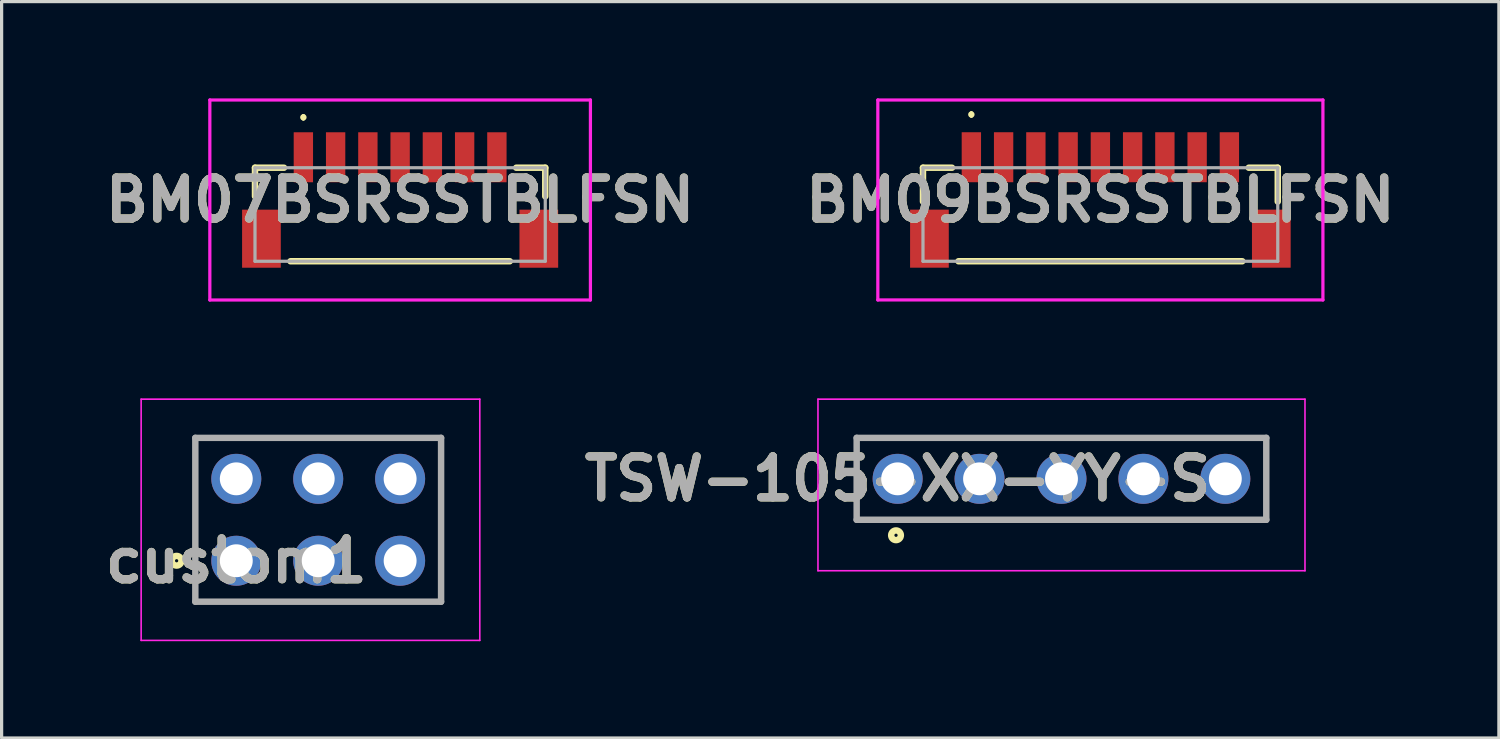
<source format=kicad_pcb>
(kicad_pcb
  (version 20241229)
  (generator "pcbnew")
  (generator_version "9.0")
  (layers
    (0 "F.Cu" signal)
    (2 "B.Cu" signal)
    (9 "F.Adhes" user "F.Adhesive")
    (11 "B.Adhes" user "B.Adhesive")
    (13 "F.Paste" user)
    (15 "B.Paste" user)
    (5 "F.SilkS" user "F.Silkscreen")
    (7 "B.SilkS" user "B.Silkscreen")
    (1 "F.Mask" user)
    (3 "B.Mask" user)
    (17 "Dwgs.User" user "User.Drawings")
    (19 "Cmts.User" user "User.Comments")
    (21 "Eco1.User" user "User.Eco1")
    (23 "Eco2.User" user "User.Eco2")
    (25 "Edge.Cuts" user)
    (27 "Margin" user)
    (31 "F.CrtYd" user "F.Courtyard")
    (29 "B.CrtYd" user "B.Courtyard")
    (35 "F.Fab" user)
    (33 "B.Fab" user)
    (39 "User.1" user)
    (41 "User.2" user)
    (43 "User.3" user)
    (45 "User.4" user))
  (footprint "TSW-105-XX-YY-S"
    (layer "F.Cu")
    (at 24.781 11.796)
    (property "Reference" "TSW-105-XX-YY-S" (at 0 0 0) (layer "F.SilkS") (effects (font (size 1.27 1.27) (thickness 0.254))))
    (attr through_hole)
    (fp_line (start -1.27 -1.27) (end 11.43 -1.27) (stroke (width 0.1) (type solid)) (layer "F.SilkS"))
    (fp_line (start -1.27 1.27) (end -1.27 -1.27) (stroke (width 0.1) (type solid)) (layer "F.SilkS"))
    (fp_line (start 11.43 -1.27) (end 11.43 1.27) (stroke (width 0.1) (type solid)) (layer "F.SilkS"))
    (fp_line (start 11.43 1.27) (end -1.27 1.27) (stroke (width 0.1) (type solid)) (layer "F.SilkS"))
    (fp_circle (center -0.05 1.75) (end -0.05 1.8) (stroke (width 0.2) (type solid)) (fill no) (layer "F.SilkS"))
    (fp_line (start -2.47 -2.47) (end 12.63 -2.47) (stroke (width 0.05) (type solid)) (layer "F.CrtYd"))
    (fp_line (start -2.47 2.85) (end -2.47 -2.47) (stroke (width 0.05) (type solid)) (layer "F.CrtYd"))
    (fp_line (start 12.63 -2.47) (end 12.63 2.85) (stroke (width 0.05) (type solid)) (layer "F.CrtYd"))
    (fp_line (start 12.63 2.85) (end -2.47 2.85) (stroke (width 0.05) (type solid)) (layer "F.CrtYd"))
    (fp_line (start -1.27 -1.27) (end 11.43 -1.27) (stroke (width 0.2) (type solid)) (layer "F.Fab"))
    (fp_line (start -1.27 1.27) (end -1.27 -1.27) (stroke (width 0.2) (type solid)) (layer "F.Fab"))
    (fp_line (start 11.43 -1.27) (end 11.43 1.27) (stroke (width 0.2) (type solid)) (layer "F.Fab"))
    (fp_line (start 11.43 1.27) (end -1.27 1.27) (stroke (width 0.2) (type solid)) (layer "F.Fab"))
    (fp_text user "${REFERENCE}" (at 0 0 0) (layer "F.Fab") (effects (font (size 1.27 1.27) (thickness 0.254))))
    (pad "1" thru_hole circle (at 0 0) (size 1.55 1.55) (drill 1.02) (layers "*.Cu" "*.Mask"))
    (pad "2" thru_hole circle (at 2.54 0) (size 1.55 1.55) (drill 1.02) (layers "*.Cu" "*.Mask"))
    (pad "3" thru_hole circle (at 5.08 0) (size 1.55 1.55) (drill 1.02) (layers "*.Cu" "*.Mask"))
    (pad "4" thru_hole circle (at 7.62 0) (size 1.55 1.55) (drill 1.02) (layers "*.Cu" "*.Mask"))
    (pad "5" thru_hole circle (at 10.16 0) (size 1.55 1.55) (drill 1.02) (layers "*.Cu" "*.Mask")))
  (footprint "BM09BSRSSTBLFSN"
    (layer "F.Cu")
    (at 31.067 3.6)
    (property "Reference" "BM09BSRSSTBLFSN" (at 0 -0.45 0) (layer "F.SilkS") (effects (font (size 1.27 1.27) (thickness 0.254))))
    (attr smd)
    (fp_line (start -5.5 -1.45) (end -5.5 -0.4) (stroke (width 0.2) (type solid)) (layer "F.SilkS"))
    (fp_line (start -4.6 -1.45) (end -5.5 -1.45) (stroke (width 0.2) (type solid)) (layer "F.SilkS"))
    (fp_line (start -4.4 1.45) (end 4.4 1.45) (stroke (width 0.2) (type solid)) (layer "F.SilkS"))
    (fp_line (start -4 -3.15) (end -4 -3.15) (stroke (width 0.1) (type solid)) (layer "F.SilkS"))
    (fp_line (start -4 -3.05) (end -4 -3.05) (stroke (width 0.1) (type solid)) (layer "F.SilkS"))
    (fp_line (start 4.6 -1.45) (end 5.5 -1.45) (stroke (width 0.2) (type solid)) (layer "F.SilkS"))
    (fp_line (start 5.5 -1.45) (end 5.5 -0.4) (stroke (width 0.2) (type solid)) (layer "F.SilkS"))
    (fp_arc (start -4 -3.15) (mid -3.95 -3.1) (end -4 -3.05) (stroke (width 0.1) (type solid)) (layer "F.SilkS"))
    (fp_arc (start -4 -3.05) (mid -4.05 -3.1) (end -4 -3.15) (stroke (width 0.1) (type solid)) (layer "F.SilkS"))
    (fp_line (start -6.9 -3.55) (end 6.9 -3.55) (stroke (width 0.1) (type solid)) (layer "F.CrtYd"))
    (fp_line (start -6.9 2.65) (end -6.9 -3.55) (stroke (width 0.1) (type solid)) (layer "F.CrtYd"))
    (fp_line (start 6.9 -3.55) (end 6.9 2.65) (stroke (width 0.1) (type solid)) (layer "F.CrtYd"))
    (fp_line (start 6.9 2.65) (end -6.9 2.65) (stroke (width 0.1) (type solid)) (layer "F.CrtYd"))
    (fp_line (start -5.5 -1.45) (end -5.5 1.45) (stroke (width 0.1) (type solid)) (layer "F.Fab"))
    (fp_line (start -5.5 1.45) (end 5.5 1.45) (stroke (width 0.1) (type solid)) (layer "F.Fab"))
    (fp_line (start 5.5 -1.45) (end -5.5 -1.45) (stroke (width 0.1) (type solid)) (layer "F.Fab"))
    (fp_line (start 5.5 1.45) (end 5.5 -1.45) (stroke (width 0.1) (type solid)) (layer "F.Fab"))
    (fp_text user "${REFERENCE}" (at 0 -0.45 0) (layer "F.Fab") (effects (font (size 1.27 1.27) (thickness 0.254))))
    (pad "1" smd rect (at -4 -1.775) (size 0.6 1.55) (layers "F.Cu" "F.Mask" "F.Paste"))
    (pad "2" smd rect (at -3 -1.775) (size 0.6 1.55) (layers "F.Cu" "F.Mask" "F.Paste"))
    (pad "3" smd rect (at -2 -1.775) (size 0.6 1.55) (layers "F.Cu" "F.Mask" "F.Paste"))
    (pad "4" smd rect (at -1 -1.775) (size 0.6 1.55) (layers "F.Cu" "F.Mask" "F.Paste"))
    (pad "5" smd rect (at 0 -1.775) (size 0.6 1.55) (layers "F.Cu" "F.Mask" "F.Paste"))
    (pad "6" smd rect (at 1 -1.775) (size 0.6 1.55) (layers "F.Cu" "F.Mask" "F.Paste"))
    (pad "7" smd rect (at 2 -1.775) (size 0.6 1.55) (layers "F.Cu" "F.Mask" "F.Paste"))
    (pad "8" smd rect (at 3 -1.775) (size 0.6 1.55) (layers "F.Cu" "F.Mask" "F.Paste"))
    (pad "9" smd rect (at 4 -1.775) (size 0.6 1.55) (layers "F.Cu" "F.Mask" "F.Paste"))
    (pad "MP1" smd rect (at -5.3 0.75) (size 1.2 1.8) (layers "F.Cu" "F.Mask" "F.Paste"))
    (pad "MP2" smd rect (at 5.3 0.75) (size 1.2 1.8) (layers "F.Cu" "F.Mask" "F.Paste")))
  (footprint "custom1"
    (layer "F.Cu")
    (at 4.276 14.336)
    (property "Reference" "custom1" (at 0 0 0) (layer "F.SilkS") (effects (font (size 1.27 1.27) (thickness 0.254))))
    (attr through_hole)
    (fp_line (start -1.27 -3.81) (end 6.35 -3.81) (stroke (width 0.1) (type solid)) (layer "F.SilkS"))
    (fp_line (start -1.27 1.27) (end -1.27 -3.81) (stroke (width 0.1) (type solid)) (layer "F.SilkS"))
    (fp_line (start 6.35 -3.81) (end 6.35 1.27) (stroke (width 0.1) (type solid)) (layer "F.SilkS"))
    (fp_line (start 6.35 1.27) (end -1.27 1.27) (stroke (width 0.1) (type solid)) (layer "F.SilkS"))
    (fp_circle (center -1.85 0) (end -1.85 0.05) (stroke (width 0.2) (type solid)) (fill no) (layer "F.SilkS"))
    (fp_line (start -2.95 -5.01) (end 7.55 -5.01) (stroke (width 0.05) (type solid)) (layer "F.CrtYd"))
    (fp_line (start -2.95 2.47) (end -2.95 -5.01) (stroke (width 0.05) (type solid)) (layer "F.CrtYd"))
    (fp_line (start 7.55 -5.01) (end 7.55 2.47) (stroke (width 0.05) (type solid)) (layer "F.CrtYd"))
    (fp_line (start 7.55 2.47) (end -2.95 2.47) (stroke (width 0.05) (type solid)) (layer "F.CrtYd"))
    (fp_line (start -1.27 -3.81) (end 6.35 -3.81) (stroke (width 0.2) (type solid)) (layer "F.Fab"))
    (fp_line (start -1.27 1.27) (end -1.27 -3.81) (stroke (width 0.2) (type solid)) (layer "F.Fab"))
    (fp_line (start 6.35 -3.81) (end 6.35 1.27) (stroke (width 0.2) (type solid)) (layer "F.Fab"))
    (fp_line (start 6.35 1.27) (end -1.27 1.27) (stroke (width 0.2) (type solid)) (layer "F.Fab"))
    (fp_text user "${REFERENCE}" (at 0 0 0) (layer "F.Fab") (effects (font (size 1.27 1.27) (thickness 0.254))))
    (pad "1" thru_hole circle (at 0 0) (size 1.55 1.55) (drill 1.02) (layers "*.Cu" "*.Mask"))
    (pad "2" thru_hole circle (at 0 -2.54) (size 1.55 1.55) (drill 1.02) (layers "*.Cu" "*.Mask"))
    (pad "3" thru_hole circle (at 2.54 0) (size 1.55 1.55) (drill 1.02) (layers "*.Cu" "*.Mask"))
    (pad "4" thru_hole circle (at 2.54 -2.54) (size 1.55 1.55) (drill 1.02) (layers "*.Cu" "*.Mask"))
    (pad "5" thru_hole circle (at 5.08 0) (size 1.55 1.55) (drill 1.02) (layers "*.Cu" "*.Mask"))
    (pad "6" thru_hole circle (at 5.08 -2.54) (size 1.55 1.55) (drill 1.02) (layers "*.Cu" "*.Mask")))
  (footprint "BM07BSRSSTBLFSN"
    (layer "F.Cu")
    (at 9.356 3.6)
    (property "Reference" "BM07BSRSSTBLFSN" (at 0 -0.449 0) (layer "F.SilkS") (effects (font (size 1.27 1.27) (thickness 0.254))))
    (attr smd)
    (fp_line (start -4.5 -1.45) (end -4.5 -0.562) (stroke (width 0.2) (type solid)) (layer "F.SilkS"))
    (fp_line (start -3.6 -1.45) (end -4.5 -1.45) (stroke (width 0.2) (type solid)) (layer "F.SilkS"))
    (fp_line (start -3.4 1.45) (end 3.4 1.45) (stroke (width 0.2) (type solid)) (layer "F.SilkS"))
    (fp_line (start -3 -3.062) (end -3 -3.062) (stroke (width 0.1) (type solid)) (layer "F.SilkS"))
    (fp_line (start -3 -2.962) (end -3 -2.962) (stroke (width 0.1) (type solid)) (layer "F.SilkS"))
    (fp_line (start 3.6 -1.45) (end 4.5 -1.45) (stroke (width 0.2) (type solid)) (layer "F.SilkS"))
    (fp_line (start 4.5 -1.45) (end 4.5 -0.562) (stroke (width 0.2) (type solid)) (layer "F.SilkS"))
    (fp_arc (start -3 -3.062) (mid -2.95 -3.012) (end -3 -2.962) (stroke (width 0.1) (type solid)) (layer "F.SilkS"))
    (fp_arc (start -3 -2.962) (mid -3.05 -3.012) (end -3 -3.062) (stroke (width 0.1) (type solid)) (layer "F.SilkS"))
    (fp_line (start -5.9 -3.55) (end 5.9 -3.55) (stroke (width 0.1) (type solid)) (layer "F.CrtYd"))
    (fp_line (start -5.9 2.651) (end -5.9 -3.55) (stroke (width 0.1) (type solid)) (layer "F.CrtYd"))
    (fp_line (start 5.9 -3.55) (end 5.9 2.651) (stroke (width 0.1) (type solid)) (layer "F.CrtYd"))
    (fp_line (start 5.9 2.651) (end -5.9 2.651) (stroke (width 0.1) (type solid)) (layer "F.CrtYd"))
    (fp_line (start -4.5 -1.45) (end -4.5 1.45) (stroke (width 0.1) (type solid)) (layer "F.Fab"))
    (fp_line (start -4.5 1.45) (end 4.5 1.45) (stroke (width 0.1) (type solid)) (layer "F.Fab"))
    (fp_line (start 4.5 -1.45) (end -4.5 -1.45) (stroke (width 0.1) (type solid)) (layer "F.Fab"))
    (fp_line (start 4.5 1.45) (end 4.5 -1.45) (stroke (width 0.1) (type solid)) (layer "F.Fab"))
    (fp_text user "${REFERENCE}" (at 0 -0.449 0) (layer "F.Fab") (effects (font (size 1.27 1.27) (thickness 0.254))))
    (pad "1" smd rect (at -3 -1.774) (size 0.6 1.55) (layers "F.Cu" "F.Mask" "F.Paste"))
    (pad "2" smd rect (at -2 -1.774) (size 0.6 1.55) (layers "F.Cu" "F.Mask" "F.Paste"))
    (pad "3" smd rect (at -1 -1.774) (size 0.6 1.55) (layers "F.Cu" "F.Mask" "F.Paste"))
    (pad "4" smd rect (at 0 -1.774) (size 0.6 1.55) (layers "F.Cu" "F.Mask" "F.Paste"))
    (pad "5" smd rect (at 1 -1.774) (size 0.6 1.55) (layers "F.Cu" "F.Mask" "F.Paste"))
    (pad "6" smd rect (at 2 -1.774) (size 0.6 1.55) (layers "F.Cu" "F.Mask" "F.Paste"))
    (pad "7" smd rect (at 3 -1.774) (size 0.6 1.55) (layers "F.Cu" "F.Mask" "F.Paste"))
    (pad "MP1" smd rect (at -4.3 0.751) (size 1.2 1.8) (layers "F.Cu" "F.Mask" "F.Paste"))
    (pad "MP2" smd rect (at 4.3 0.751) (size 1.2 1.8) (layers "F.Cu" "F.Mask" "F.Paste")))
  (gr_rect
    (start -3 -3)
    (end 43.423 19.831)
    (stroke (width 0.1) (type default))
    (fill no)
    (layer "Edge.Cuts")))
</source>
